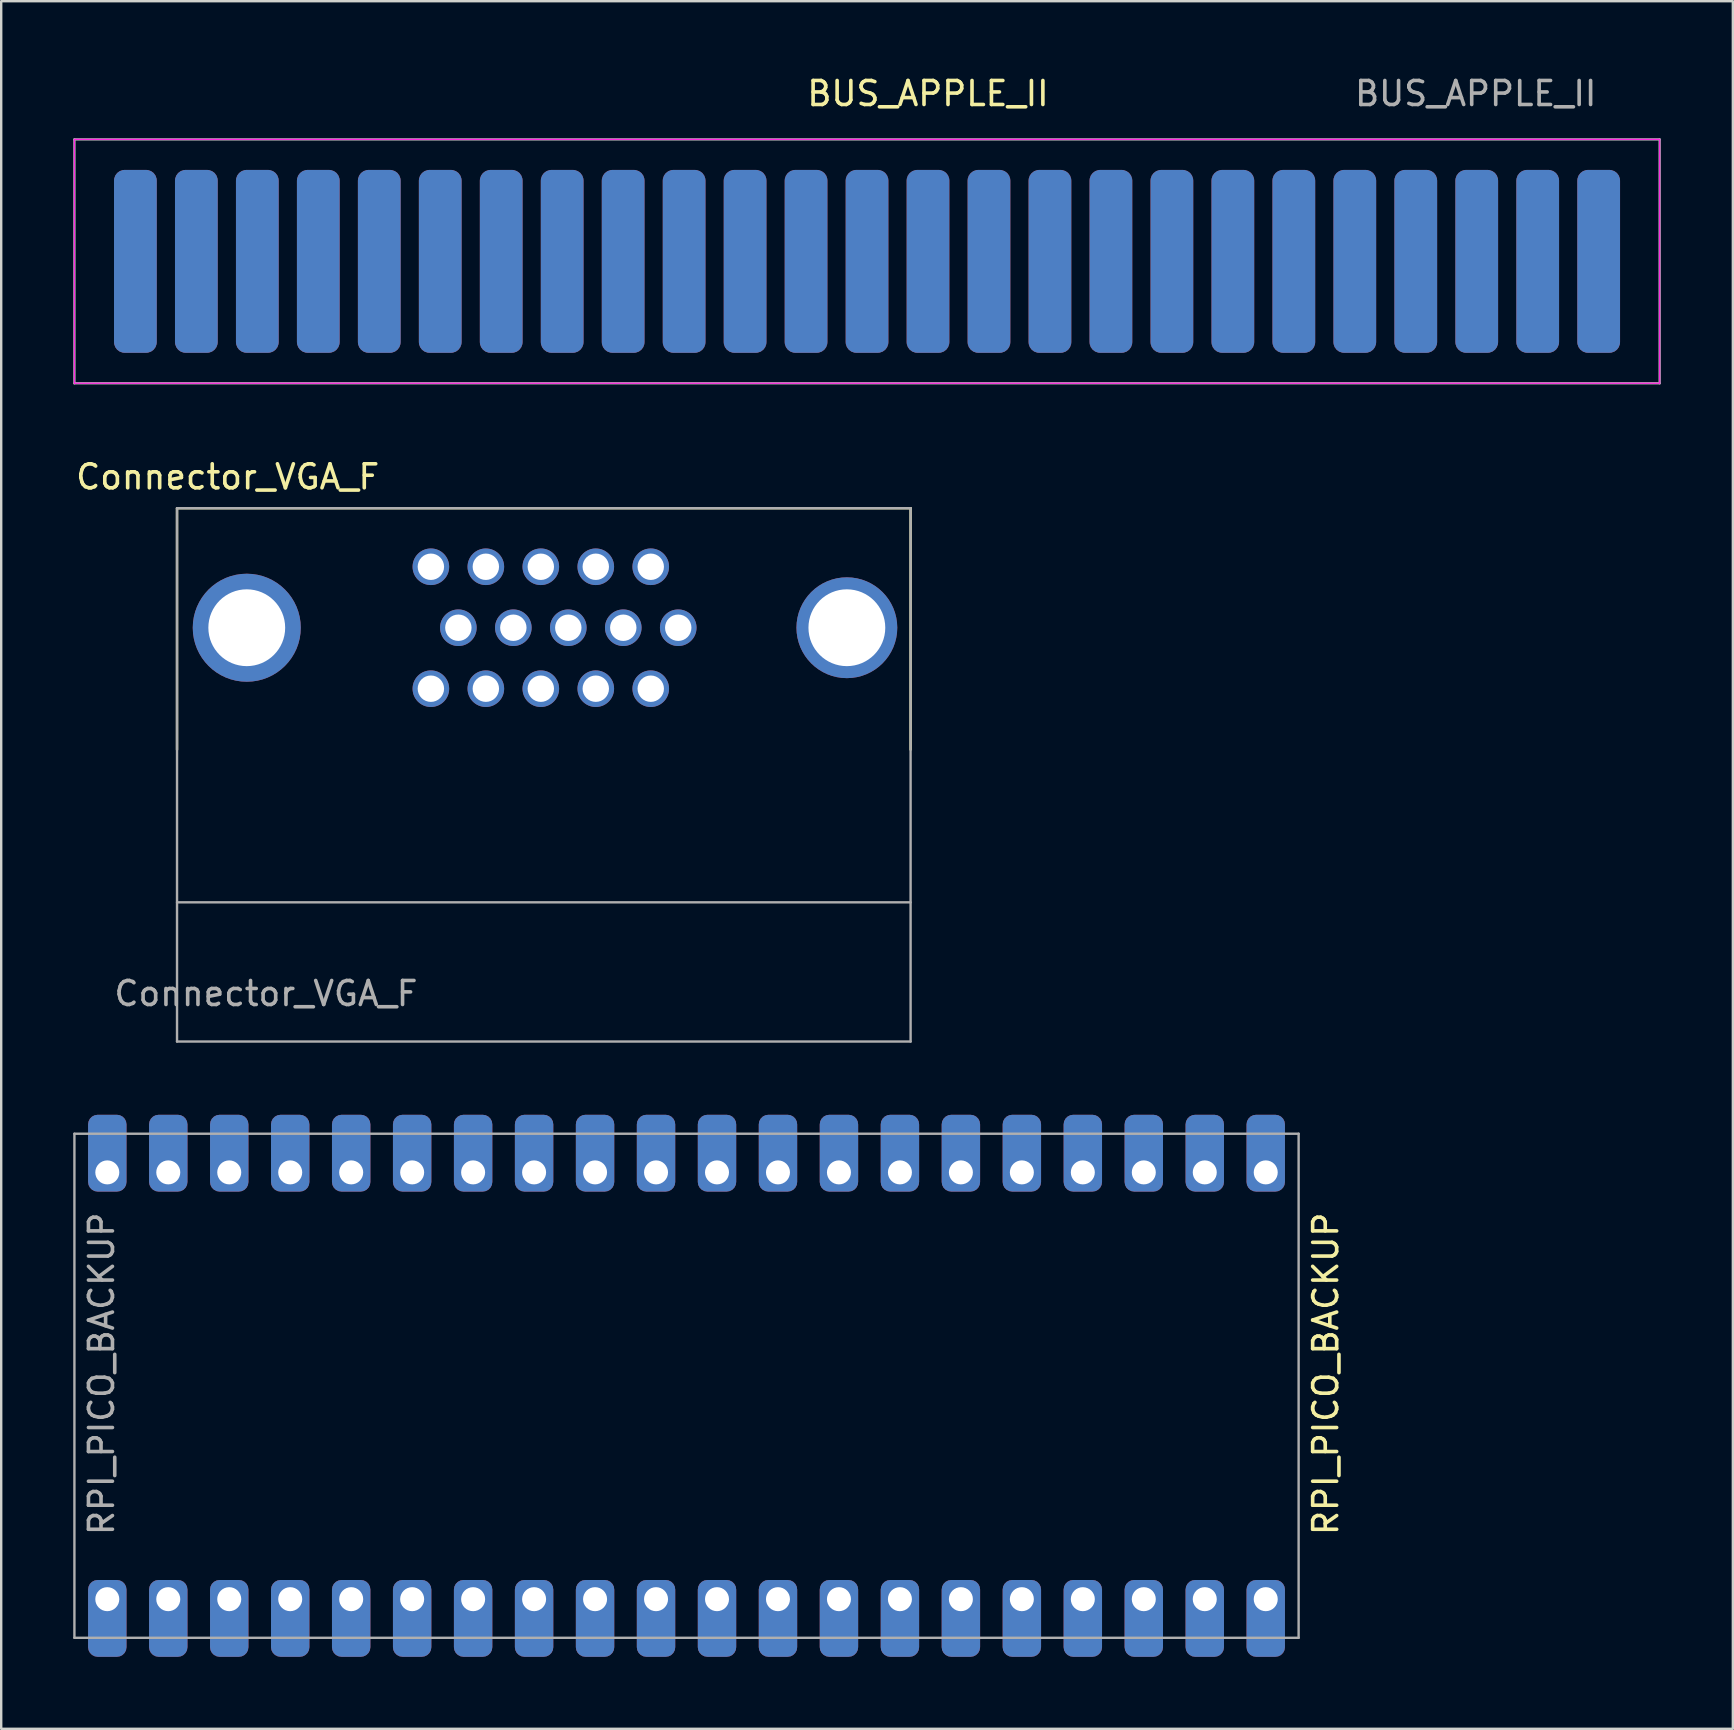
<source format=kicad_pcb>
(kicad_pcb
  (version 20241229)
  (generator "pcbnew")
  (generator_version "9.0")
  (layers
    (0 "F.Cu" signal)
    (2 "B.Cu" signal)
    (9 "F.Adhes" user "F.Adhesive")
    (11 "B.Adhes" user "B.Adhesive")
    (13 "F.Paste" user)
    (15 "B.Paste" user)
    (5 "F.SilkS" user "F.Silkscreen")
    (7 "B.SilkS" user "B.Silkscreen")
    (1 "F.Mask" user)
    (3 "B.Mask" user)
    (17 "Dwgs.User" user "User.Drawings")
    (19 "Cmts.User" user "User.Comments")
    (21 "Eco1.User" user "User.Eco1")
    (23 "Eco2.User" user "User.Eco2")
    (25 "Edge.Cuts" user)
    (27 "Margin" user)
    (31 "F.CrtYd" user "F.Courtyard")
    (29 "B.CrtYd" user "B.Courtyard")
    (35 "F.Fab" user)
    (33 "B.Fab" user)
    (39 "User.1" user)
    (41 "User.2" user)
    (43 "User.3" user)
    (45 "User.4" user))
  (footprint "RPI_PICO_BACKUP"
    (layer "F.Cu")
    (at 49.68 54.681)
    (property "Reference" "RPI_PICO_BACKUP" (at 2.5 -0.5 90) (unlocked yes) (layer "F.SilkS") (effects (font (size 1 1) (thickness 0.15))))
    (attr through_hole)
    (fp_line (start -49.63 -10.5) (end -49.63 10.5) (stroke (width 0.1) (type solid)) (layer "F.Fab"))
    (fp_line (start -49.63 10.5) (end 1.37 10.5) (stroke (width 0.1) (type solid)) (layer "F.Fab"))
    (fp_line (start 1.37 -10.5) (end -49.63 -10.5) (stroke (width 0.1) (type solid)) (layer "F.Fab"))
    (fp_line (start 1.37 10.5) (end 1.37 -10.5) (stroke (width 0.1) (type solid)) (layer "F.Fab"))
    (fp_text user "${REFERENCE}" (at -48.5 -0.5 90) (unlocked yes) (layer "F.Fab") (effects (font (size 1 1) (thickness 0.15))))
    (pad "1" thru_hole roundrect (at 0 -8.89 180) (size 1.6 3.2) (drill 1 (offset 0 0.8)) (layers "*.Cu" "*.Mask") (roundrect_rratio 0.25))
    (pad "2" thru_hole roundrect (at -2.54 -8.89 180) (size 1.6 3.2) (drill 1 (offset 0 0.8)) (layers "*.Cu" "*.Mask") (roundrect_rratio 0.25))
    (pad "3" thru_hole roundrect (at -5.08 -8.89 180) (size 1.6 3.2) (drill 1 (offset 0 0.8)) (layers "*.Cu" "*.Mask") (roundrect_rratio 0.25))
    (pad "4" thru_hole roundrect (at -7.62 -8.89 180) (size 1.6 3.2) (drill 1 (offset 0 0.8)) (layers "*.Cu" "*.Mask") (roundrect_rratio 0.25))
    (pad "5" thru_hole roundrect (at -10.16 -8.89 180) (size 1.6 3.2) (drill 1 (offset 0 0.8)) (layers "*.Cu" "*.Mask") (roundrect_rratio 0.25))
    (pad "6" thru_hole roundrect (at -12.7 -8.89 180) (size 1.6 3.2) (drill 1 (offset 0 0.8)) (layers "*.Cu" "*.Mask") (roundrect_rratio 0.25))
    (pad "7" thru_hole roundrect (at -15.24 -8.89 180) (size 1.6 3.2) (drill 1 (offset 0 0.8)) (layers "*.Cu" "*.Mask") (roundrect_rratio 0.25))
    (pad "8" thru_hole roundrect (at -17.78 -8.89 180) (size 1.6 3.2) (drill 1 (offset 0 0.8)) (layers "*.Cu" "*.Mask") (roundrect_rratio 0.25))
    (pad "9" thru_hole roundrect (at -20.32 -8.89 180) (size 1.6 3.2) (drill 1 (offset 0 0.8)) (layers "*.Cu" "*.Mask") (roundrect_rratio 0.25))
    (pad "10" thru_hole roundrect (at -22.86 -8.89 180) (size 1.6 3.2) (drill 1 (offset 0 0.8)) (layers "*.Cu" "*.Mask") (roundrect_rratio 0.25))
    (pad "11" thru_hole roundrect (at -25.4 -8.89 180) (size 1.6 3.2) (drill 1 (offset 0 0.8)) (layers "*.Cu" "*.Mask") (roundrect_rratio 0.25))
    (pad "12" thru_hole roundrect (at -27.94 -8.89 180) (size 1.6 3.2) (drill 1 (offset 0 0.8)) (layers "*.Cu" "*.Mask") (roundrect_rratio 0.25))
    (pad "13" thru_hole roundrect (at -30.48 -8.89 180) (size 1.6 3.2) (drill 1 (offset 0 0.8)) (layers "*.Cu" "*.Mask") (roundrect_rratio 0.25))
    (pad "14" thru_hole roundrect (at -33.02 -8.89 180) (size 1.6 3.2) (drill 1 (offset 0 0.8)) (layers "*.Cu" "*.Mask") (roundrect_rratio 0.25))
    (pad "15" thru_hole roundrect (at -35.56 -8.89 180) (size 1.6 3.2) (drill 1 (offset 0 0.8)) (layers "*.Cu" "*.Mask") (roundrect_rratio 0.25))
    (pad "16" thru_hole roundrect (at -38.1 -8.89 180) (size 1.6 3.2) (drill 1 (offset 0 0.8)) (layers "*.Cu" "*.Mask") (roundrect_rratio 0.25))
    (pad "17" thru_hole roundrect (at -40.64 -8.89 180) (size 1.6 3.2) (drill 1 (offset 0 0.8)) (layers "*.Cu" "*.Mask") (roundrect_rratio 0.25))
    (pad "18" thru_hole roundrect (at -43.18 -8.89 180) (size 1.6 3.2) (drill 1 (offset 0 0.8)) (layers "*.Cu" "*.Mask") (roundrect_rratio 0.25))
    (pad "19" thru_hole roundrect (at -45.72 -8.89 180) (size 1.6 3.2) (drill 1 (offset 0 0.8)) (layers "*.Cu" "*.Mask") (roundrect_rratio 0.25))
    (pad "20" thru_hole roundrect (at -48.26 -8.89 180) (size 1.6 3.2) (drill 1 (offset 0 0.8)) (layers "*.Cu" "*.Mask") (roundrect_rratio 0.25))
    (pad "21" thru_hole roundrect (at -48.26 8.89) (size 1.6 3.2) (drill 1 (offset 0 0.8)) (layers "*.Cu" "*.Mask") (roundrect_rratio 0.25))
    (pad "22" thru_hole roundrect (at -45.72 8.89) (size 1.6 3.2) (drill 1 (offset 0 0.8)) (layers "*.Cu" "*.Mask") (roundrect_rratio 0.25))
    (pad "23" thru_hole roundrect (at -43.18 8.89) (size 1.6 3.2) (drill 1 (offset 0 0.8)) (layers "*.Cu" "*.Mask") (roundrect_rratio 0.25))
    (pad "24" thru_hole roundrect (at -40.64 8.89) (size 1.6 3.2) (drill 1 (offset 0 0.8)) (layers "*.Cu" "*.Mask") (roundrect_rratio 0.25))
    (pad "25" thru_hole roundrect (at -38.1 8.89) (size 1.6 3.2) (drill 1 (offset 0 0.8)) (layers "*.Cu" "*.Mask") (roundrect_rratio 0.25))
    (pad "26" thru_hole roundrect (at -35.56 8.89) (size 1.6 3.2) (drill 1 (offset 0 0.8)) (layers "*.Cu" "*.Mask") (roundrect_rratio 0.25))
    (pad "27" thru_hole roundrect (at -33.02 8.89) (size 1.6 3.2) (drill 1 (offset 0 0.8)) (layers "*.Cu" "*.Mask") (roundrect_rratio 0.25))
    (pad "28" thru_hole roundrect (at -30.48 8.89) (size 1.6 3.2) (drill 1 (offset 0 0.8)) (layers "*.Cu" "*.Mask") (roundrect_rratio 0.25))
    (pad "29" thru_hole roundrect (at -27.94 8.89) (size 1.6 3.2) (drill 1 (offset 0 0.8)) (layers "*.Cu" "*.Mask") (roundrect_rratio 0.25))
    (pad "30" thru_hole roundrect (at -25.4 8.89) (size 1.6 3.2) (drill 1 (offset 0 0.8)) (layers "*.Cu" "*.Mask") (roundrect_rratio 0.25))
    (pad "31" thru_hole roundrect (at -22.86 8.89) (size 1.6 3.2) (drill 1 (offset 0 0.8)) (layers "*.Cu" "*.Mask") (roundrect_rratio 0.25))
    (pad "32" thru_hole roundrect (at -20.32 8.89) (size 1.6 3.2) (drill 1 (offset 0 0.8)) (layers "*.Cu" "*.Mask") (roundrect_rratio 0.25))
    (pad "33" thru_hole roundrect (at -17.78 8.89) (size 1.6 3.2) (drill 1 (offset 0 0.8)) (layers "*.Cu" "*.Mask") (roundrect_rratio 0.25))
    (pad "34" thru_hole roundrect (at -15.24 8.89) (size 1.6 3.2) (drill 1 (offset 0 0.8)) (layers "*.Cu" "*.Mask") (roundrect_rratio 0.25))
    (pad "35" thru_hole roundrect (at -12.7 8.89) (size 1.6 3.2) (drill 1 (offset 0 0.8)) (layers "*.Cu" "*.Mask") (roundrect_rratio 0.25))
    (pad "36" thru_hole roundrect (at -10.16 8.89) (size 1.6 3.2) (drill 1 (offset 0 0.8)) (layers "*.Cu" "*.Mask") (roundrect_rratio 0.25))
    (pad "37" thru_hole roundrect (at -7.62 8.89) (size 1.6 3.2) (drill 1 (offset 0 0.8)) (layers "*.Cu" "*.Mask") (roundrect_rratio 0.25))
    (pad "38" thru_hole roundrect (at -5.08 8.89) (size 1.6 3.2) (drill 1 (offset 0 0.8)) (layers "*.Cu" "*.Mask") (roundrect_rratio 0.25))
    (pad "39" thru_hole roundrect (at -2.54 8.89) (size 1.6 3.2) (drill 1 (offset 0 0.8)) (layers "*.Cu" "*.Mask") (roundrect_rratio 0.25))
    (pad "40" thru_hole roundrect (at 0 8.89) (size 1.6 3.2) (drill 1 (offset 0 0.8)) (layers "*.Cu" "*.Mask") (roundrect_rratio 0.25)))
  (footprint "Connector_VGA_F"
    (layer "F.Cu")
    (at 19.48 25.641)
    (property "Reference" "Connector_VGA_F" (at -13.045 -8.825 0) (unlocked yes) (layer "F.SilkS") (effects (font (size 1 1) (thickness 0.15))))
    (attr through_hole)
    (fp_line (start -15.155 -7.52) (end -15.155 2.54) (stroke (width 0.1) (type solid)) (layer "F.SilkS"))
    (fp_line (start -15.155 -7.52) (end 15.405 -7.52) (stroke (width 0.1) (type solid)) (layer "F.SilkS"))
    (fp_line (start 15.405 2.54) (end 15.405 -7.52) (stroke (width 0.1) (type solid)) (layer "F.SilkS"))
    (fp_line (start -15.155 -7.52) (end -15.155 14.7) (stroke (width 0.1) (type solid)) (layer "F.Fab"))
    (fp_line (start -15.155 -7.52) (end 15.405 -7.52) (stroke (width 0.1) (type solid)) (layer "F.Fab"))
    (fp_line (start -15.155 8.9) (end 15.405 8.9) (stroke (width 0.1) (type solid)) (layer "F.Fab"))
    (fp_line (start -15.155 14.7) (end 15.405 14.7) (stroke (width 0.1) (type solid)) (layer "F.Fab"))
    (fp_line (start 15.405 14.7) (end 15.405 -7.52) (stroke (width 0.1) (type solid)) (layer "F.Fab"))
    (fp_text user "${REFERENCE}" (at -11.45 12.7 0) (unlocked yes) (layer "F.Fab") (effects (font (size 1 1) (thickness 0.15))))
    (pad "1" thru_hole circle (at 4.58 -5.08) (size 1.524 1.524) (drill 1.1) (layers "*.Cu" "*.Mask"))
    (pad "2" thru_hole circle (at 2.29 -5.08) (size 1.524 1.524) (drill 1.1) (layers "*.Cu" "*.Mask"))
    (pad "3" thru_hole circle (at 0 -5.08) (size 1.524 1.524) (drill 1.1) (layers "*.Cu" "*.Mask"))
    (pad "4" thru_hole circle (at -2.29 -5.08) (size 1.524 1.524) (drill 1.1) (layers "*.Cu" "*.Mask"))
    (pad "5" thru_hole circle (at -4.58 -5.08) (size 1.524 1.524) (drill 1.1) (layers "*.Cu" "*.Mask"))
    (pad "6" thru_hole circle (at 5.725 -2.54) (size 1.524 1.524) (drill 1.1) (layers "*.Cu" "*.Mask"))
    (pad "7" thru_hole circle (at 3.435 -2.54) (size 1.524 1.524) (drill 1.1) (layers "*.Cu" "*.Mask"))
    (pad "8" thru_hole circle (at 1.145 -2.54) (size 1.524 1.524) (drill 1.1) (layers "*.Cu" "*.Mask"))
    (pad "9" thru_hole circle (at -1.145 -2.54) (size 1.524 1.524) (drill 1.1) (layers "*.Cu" "*.Mask"))
    (pad "10" thru_hole circle (at -3.435 -2.54) (size 1.524 1.524) (drill 1.1) (layers "*.Cu" "*.Mask"))
    (pad "11" thru_hole circle (at 4.58 0) (size 1.524 1.524) (drill 1.1) (layers "*.Cu" "*.Mask"))
    (pad "12" thru_hole circle (at 2.29 0) (size 1.524 1.524) (drill 1.1) (layers "*.Cu" "*.Mask"))
    (pad "13" thru_hole circle (at 0 0) (size 1.524 1.524) (drill 1.1) (layers "*.Cu" "*.Mask"))
    (pad "14" thru_hole circle (at -2.29 0) (size 1.524 1.524) (drill 1.1) (layers "*.Cu" "*.Mask"))
    (pad "15" thru_hole circle (at -4.58 0) (size 1.524 1.524) (drill 1.1) (layers "*.Cu" "*.Mask"))
    (pad "16" thru_hole circle (at -12.25 -2.54) (size 4.5 4.5) (drill 3.2) (layers "*.Cu" "*.Mask"))
    (pad "17" thru_hole circle (at 12.75 -2.54) (size 4.2 4.2) (drill 3.2) (layers "*.Cu" "*.Mask")))
  (footprint "BUS_APPLE_II"
    (layer "F.Cu")
    (at 63.55 7.838)
    (property "Reference" "BUS_APPLE_II" (at -27.94 -6.99 0) (layer "F.SilkS") (effects (font (size 1 1) (thickness 0.15))))
    (attr exclude_from_pos_files exclude_from_bom)
    (fp_line (start -63.5 -5.08) (end -63.5 5.08) (stroke (width 0.05) (type solid)) (layer "F.CrtYd"))
    (fp_line (start -63.5 -5.08) (end 2.54 -5.08) (stroke (width 0.05) (type solid)) (layer "F.CrtYd"))
    (fp_line (start 2.54 5.08) (end -63.5 5.08) (stroke (width 0.05) (type solid)) (layer "F.CrtYd"))
    (fp_line (start 2.54 5.08) (end 2.54 -5.08) (stroke (width 0.05) (type solid)) (layer "F.CrtYd"))
    (fp_line (start -63.5 -5.08) (end 2.54 -5.08) (stroke (width 0.1) (type solid)) (layer "F.Fab"))
    (fp_line (start -63.5 5.08) (end -63.5 -5.08) (stroke (width 0.1) (type solid)) (layer "F.Fab"))
    (fp_line (start 2.54 -5.08) (end 2.54 5.08) (stroke (width 0.1) (type solid)) (layer "F.Fab"))
    (fp_line (start 2.54 5.08) (end -63.5 5.08) (stroke (width 0.1) (type solid)) (layer "F.Fab"))
    (fp_text user "${REFERENCE}" (at 0 -6.99 0) (layer "F.Fab") (effects (font (size 1 1) (thickness 0.15)) (justify right)))
    (pad "1" connect roundrect (at -60.96 0) (size 1.78 7.62) (layers "F.Cu" "F.Mask") (roundrect_rratio 0.25))
    (pad "2" connect roundrect (at -58.42 0) (size 1.78 7.62) (layers "F.Cu" "F.Mask") (roundrect_rratio 0.25))
    (pad "3" connect roundrect (at -55.88 0) (size 1.78 7.62) (layers "F.Cu" "F.Mask") (roundrect_rratio 0.25))
    (pad "4" connect roundrect (at -53.34 0) (size 1.78 7.62) (layers "F.Cu" "F.Mask") (roundrect_rratio 0.25))
    (pad "5" connect roundrect (at -50.8 0) (size 1.78 7.62) (layers "F.Cu" "F.Mask") (roundrect_rratio 0.25))
    (pad "6" connect roundrect (at -48.26 0) (size 1.78 7.62) (layers "F.Cu" "F.Mask") (roundrect_rratio 0.25))
    (pad "7" connect roundrect (at -45.72 0) (size 1.78 7.62) (layers "F.Cu" "F.Mask") (roundrect_rratio 0.25))
    (pad "8" connect roundrect (at -43.18 0) (size 1.78 7.62) (layers "F.Cu" "F.Mask") (roundrect_rratio 0.25))
    (pad "9" connect roundrect (at -40.64 0) (size 1.78 7.62) (layers "F.Cu" "F.Mask") (roundrect_rratio 0.25))
    (pad "10" connect roundrect (at -38.1 0) (size 1.78 7.62) (layers "F.Cu" "F.Mask") (roundrect_rratio 0.25))
    (pad "11" connect roundrect (at -35.56 0) (size 1.78 7.62) (layers "F.Cu" "F.Mask") (roundrect_rratio 0.25))
    (pad "12" connect roundrect (at -33.02 0) (size 1.78 7.62) (layers "F.Cu" "F.Mask") (roundrect_rratio 0.25))
    (pad "13" connect roundrect (at -30.48 0) (size 1.78 7.62) (layers "F.Cu" "F.Mask") (roundrect_rratio 0.25))
    (pad "14" connect roundrect (at -27.94 0) (size 1.78 7.62) (layers "F.Cu" "F.Mask") (roundrect_rratio 0.25))
    (pad "15" connect roundrect (at -25.4 0) (size 1.78 7.62) (layers "F.Cu" "F.Mask") (roundrect_rratio 0.25))
    (pad "16" connect roundrect (at -22.86 0) (size 1.78 7.62) (layers "F.Cu" "F.Mask") (roundrect_rratio 0.25))
    (pad "17" connect roundrect (at -20.32 0) (size 1.78 7.62) (layers "F.Cu" "F.Mask") (roundrect_rratio 0.25))
    (pad "18" connect roundrect (at -17.78 0) (size 1.78 7.62) (layers "F.Cu" "F.Mask") (roundrect_rratio 0.25))
    (pad "19" connect roundrect (at -15.24 0) (size 1.78 7.62) (layers "F.Cu" "F.Mask") (roundrect_rratio 0.25))
    (pad "20" connect roundrect (at -12.7 0) (size 1.78 7.62) (layers "F.Cu" "F.Mask") (roundrect_rratio 0.25))
    (pad "21" connect roundrect (at -10.16 0) (size 1.78 7.62) (layers "F.Cu" "F.Mask") (roundrect_rratio 0.25))
    (pad "22" connect roundrect (at -7.62 0) (size 1.78 7.62) (layers "F.Cu" "F.Mask") (roundrect_rratio 0.25))
    (pad "23" connect roundrect (at -5.08 0) (size 1.78 7.62) (layers "F.Cu" "F.Mask") (roundrect_rratio 0.25))
    (pad "24" connect roundrect (at -2.54 0) (size 1.78 7.62) (layers "F.Cu" "F.Mask") (roundrect_rratio 0.25))
    (pad "25" connect roundrect (at 0 0) (size 1.78 7.62) (layers "F.Cu" "F.Mask") (roundrect_rratio 0.25))
    (pad "26" connect roundrect (at 0 0) (size 1.78 7.62) (layers "B.Cu" "B.Mask") (roundrect_rratio 0.25))
    (pad "27" connect roundrect (at -2.54 0) (size 1.78 7.62) (layers "B.Cu" "B.Mask") (roundrect_rratio 0.25))
    (pad "28" connect roundrect (at -5.08 0) (size 1.78 7.62) (layers "B.Cu" "B.Mask") (roundrect_rratio 0.25))
    (pad "29" connect roundrect (at -7.62 0) (size 1.78 7.62) (layers "B.Cu" "B.Mask") (roundrect_rratio 0.25))
    (pad "30" connect roundrect (at -10.16 0) (size 1.78 7.62) (layers "B.Cu" "B.Mask") (roundrect_rratio 0.25))
    (pad "31" connect roundrect (at -12.7 0) (size 1.78 7.62) (layers "B.Cu" "B.Mask") (roundrect_rratio 0.25))
    (pad "32" connect roundrect (at -15.24 0) (size 1.78 7.62) (layers "B.Cu" "B.Mask") (roundrect_rratio 0.25))
    (pad "33" connect roundrect (at -17.78 0) (size 1.78 7.62) (layers "B.Cu" "B.Mask") (roundrect_rratio 0.25))
    (pad "34" connect roundrect (at -20.32 0) (size 1.78 7.62) (layers "B.Cu" "B.Mask") (roundrect_rratio 0.25))
    (pad "35" connect roundrect (at -22.86 0) (size 1.78 7.62) (layers "B.Cu" "B.Mask") (roundrect_rratio 0.25))
    (pad "36" connect roundrect (at -25.4 0) (size 1.78 7.62) (layers "B.Cu" "B.Mask") (roundrect_rratio 0.25))
    (pad "37" connect roundrect (at -27.94 0) (size 1.78 7.62) (layers "B.Cu" "B.Mask") (roundrect_rratio 0.25))
    (pad "38" connect roundrect (at -30.48 0) (size 1.78 7.62) (layers "B.Cu" "B.Mask") (roundrect_rratio 0.25))
    (pad "39" connect roundrect (at -33.02 0) (size 1.78 7.62) (layers "B.Cu" "B.Mask") (roundrect_rratio 0.25))
    (pad "40" connect roundrect (at -35.56 0) (size 1.78 7.62) (layers "B.Cu" "B.Mask") (roundrect_rratio 0.25))
    (pad "41" connect roundrect (at -38.1 0) (size 1.78 7.62) (layers "B.Cu" "B.Mask") (roundrect_rratio 0.25))
    (pad "42" connect roundrect (at -40.64 0) (size 1.78 7.62) (layers "B.Cu" "B.Mask") (roundrect_rratio 0.25))
    (pad "43" connect roundrect (at -43.18 0) (size 1.78 7.62) (layers "B.Cu" "B.Mask") (roundrect_rratio 0.25))
    (pad "44" connect roundrect (at -45.72 0) (size 1.78 7.62) (layers "B.Cu" "B.Mask") (roundrect_rratio 0.25))
    (pad "45" connect roundrect (at -48.26 0) (size 1.78 7.62) (layers "B.Cu" "B.Mask") (roundrect_rratio 0.25))
    (pad "46" connect roundrect (at -50.8 0) (size 1.78 7.62) (layers "B.Cu" "B.Mask") (roundrect_rratio 0.25))
    (pad "47" connect roundrect (at -53.34 0) (size 1.78 7.62) (layers "B.Cu" "B.Mask") (roundrect_rratio 0.25))
    (pad "48" connect roundrect (at -55.88 0) (size 1.78 7.62) (layers "B.Cu" "B.Mask") (roundrect_rratio 0.25))
    (pad "49" connect roundrect (at -58.42 0) (size 1.78 7.62) (layers "B.Cu" "B.Mask") (roundrect_rratio 0.25))
    (pad "50" connect roundrect (at -60.96 0) (size 1.78 7.62) (layers "B.Cu" "B.Mask") (roundrect_rratio 0.25)))
  (gr_rect
    (start -3 -3)
    (end 69.14 68.971)
    (stroke (width 0.1) (type default))
    (fill no)
    (layer "Edge.Cuts")))
</source>
